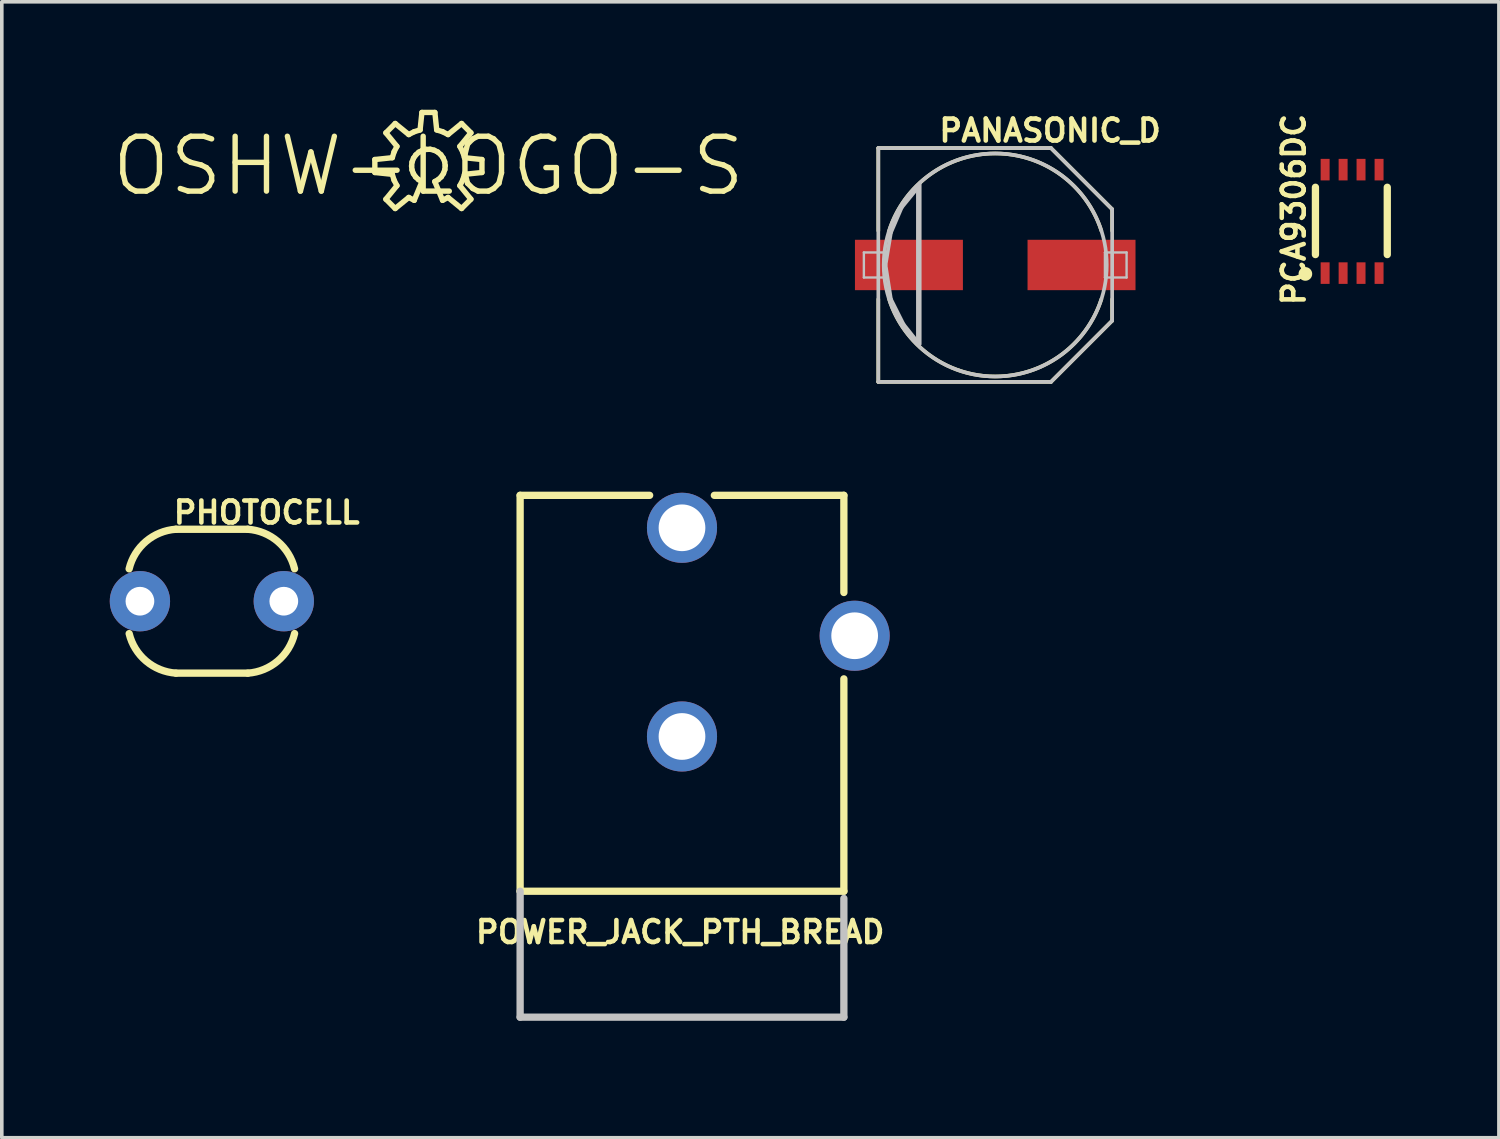
<source format=kicad_pcb>
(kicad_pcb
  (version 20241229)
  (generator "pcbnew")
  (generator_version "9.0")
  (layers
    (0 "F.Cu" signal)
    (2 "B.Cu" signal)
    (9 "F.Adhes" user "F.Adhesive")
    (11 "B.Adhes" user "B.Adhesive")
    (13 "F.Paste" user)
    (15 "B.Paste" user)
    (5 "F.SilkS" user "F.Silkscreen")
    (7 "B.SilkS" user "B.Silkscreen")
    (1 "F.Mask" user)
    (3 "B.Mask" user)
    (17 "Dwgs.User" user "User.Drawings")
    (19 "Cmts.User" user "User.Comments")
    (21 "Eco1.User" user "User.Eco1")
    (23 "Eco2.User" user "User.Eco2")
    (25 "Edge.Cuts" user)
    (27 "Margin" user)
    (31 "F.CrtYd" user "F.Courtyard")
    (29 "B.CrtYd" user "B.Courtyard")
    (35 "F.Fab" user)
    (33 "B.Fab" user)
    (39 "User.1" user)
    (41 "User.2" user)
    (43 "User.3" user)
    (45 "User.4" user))
  (footprint "OSHW-LOGO-S"
    (layer "F.Cu")
    (at 8.854 1.563)
    (property "Reference" "OSHW-LOGO-S" (at 0 0 0) (layer "F.SilkS") (effects (font (size 1.524 1.524) (thickness 0.15))))
    (attr exclude_from_pos_files exclude_from_bom)
    (fp_line (start -1.488 -0.18) (end -1.488 0.18) (stroke (width 0.15) (type solid)) (layer "F.SilkS"))
    (fp_line (start -1.488 0.18) (end -1.003 0.231) (stroke (width 0.15) (type solid)) (layer "F.SilkS"))
    (fp_line (start -1.181 -0.922) (end -0.874 -0.546) (stroke (width 0.15) (type solid)) (layer "F.SilkS"))
    (fp_line (start -1.181 0.922) (end -0.922 1.181) (stroke (width 0.15) (type solid)) (layer "F.SilkS"))
    (fp_line (start -1.003 -0.231) (end -1.488 -0.18) (stroke (width 0.15) (type solid)) (layer "F.SilkS"))
    (fp_line (start -1.003 0.231) (end -0.953 0.394) (stroke (width 0.15) (type solid)) (layer "F.SilkS"))
    (fp_line (start -0.953 -0.394) (end -1.003 -0.231) (stroke (width 0.15) (type solid)) (layer "F.SilkS"))
    (fp_line (start -0.953 0.394) (end -0.874 0.546) (stroke (width 0.15) (type solid)) (layer "F.SilkS"))
    (fp_line (start -0.922 -1.181) (end -1.181 -0.922) (stroke (width 0.15) (type solid)) (layer "F.SilkS"))
    (fp_line (start -0.922 1.181) (end -0.546 0.874) (stroke (width 0.15) (type solid)) (layer "F.SilkS"))
    (fp_line (start -0.874 -0.546) (end -0.953 -0.394) (stroke (width 0.15) (type solid)) (layer "F.SilkS"))
    (fp_line (start -0.874 0.546) (end -1.181 0.922) (stroke (width 0.15) (type solid)) (layer "F.SilkS"))
    (fp_line (start -0.546 -0.874) (end -0.922 -1.181) (stroke (width 0.15) (type solid)) (layer "F.SilkS"))
    (fp_line (start -0.546 0.874) (end -0.394 0.953) (stroke (width 0.15) (type solid)) (layer "F.SilkS"))
    (fp_line (start -0.467 0) (end -0.455 -0.109) (stroke (width 0.15) (type solid)) (layer "F.SilkS"))
    (fp_line (start -0.455 -0.109) (end -0.414 -0.216) (stroke (width 0.15) (type solid)) (layer "F.SilkS"))
    (fp_line (start -0.455 0.109) (end -0.467 0) (stroke (width 0.15) (type solid)) (layer "F.SilkS"))
    (fp_line (start -0.417 0.211) (end -0.455 0.109) (stroke (width 0.15) (type solid)) (layer "F.SilkS"))
    (fp_line (start -0.414 -0.216) (end -0.351 -0.307) (stroke (width 0.15) (type solid)) (layer "F.SilkS"))
    (fp_line (start -0.394 -0.953) (end -0.546 -0.874) (stroke (width 0.15) (type solid)) (layer "F.SilkS"))
    (fp_line (start -0.394 0.953) (end -0.178 0.432) (stroke (width 0.15) (type solid)) (layer "F.SilkS"))
    (fp_line (start -0.356 0.302) (end -0.417 0.211) (stroke (width 0.15) (type solid)) (layer "F.SilkS"))
    (fp_line (start -0.351 -0.307) (end -0.267 -0.384) (stroke (width 0.15) (type solid)) (layer "F.SilkS"))
    (fp_line (start -0.274 0.378) (end -0.356 0.302) (stroke (width 0.15) (type solid)) (layer "F.SilkS"))
    (fp_line (start -0.267 -0.384) (end -0.168 -0.434) (stroke (width 0.15) (type solid)) (layer "F.SilkS"))
    (fp_line (start -0.231 -1.003) (end -0.394 -0.953) (stroke (width 0.15) (type solid)) (layer "F.SilkS"))
    (fp_line (start -0.18 -1.488) (end -0.231 -1.003) (stroke (width 0.15) (type solid)) (layer "F.SilkS"))
    (fp_line (start -0.178 0.432) (end -0.274 0.378) (stroke (width 0.15) (type solid)) (layer "F.SilkS"))
    (fp_line (start -0.168 -0.434) (end -0.061 -0.462) (stroke (width 0.15) (type solid)) (layer "F.SilkS"))
    (fp_line (start -0.061 -0.462) (end 0.051 -0.465) (stroke (width 0.15) (type solid)) (layer "F.SilkS"))
    (fp_line (start 0.051 -0.465) (end 0.16 -0.439) (stroke (width 0.15) (type solid)) (layer "F.SilkS"))
    (fp_line (start 0.16 -0.439) (end 0.259 -0.389) (stroke (width 0.15) (type solid)) (layer "F.SilkS"))
    (fp_line (start 0.178 0.432) (end 0.394 0.953) (stroke (width 0.15) (type solid)) (layer "F.SilkS"))
    (fp_line (start 0.18 -1.488) (end -0.18 -1.488) (stroke (width 0.15) (type solid)) (layer "F.SilkS"))
    (fp_line (start 0.231 -1.003) (end 0.18 -1.488) (stroke (width 0.15) (type solid)) (layer "F.SilkS"))
    (fp_line (start 0.259 -0.389) (end 0.345 -0.315) (stroke (width 0.15) (type solid)) (layer "F.SilkS"))
    (fp_line (start 0.277 0.376) (end 0.178 0.432) (stroke (width 0.15) (type solid)) (layer "F.SilkS"))
    (fp_line (start 0.345 -0.315) (end 0.409 -0.224) (stroke (width 0.15) (type solid)) (layer "F.SilkS"))
    (fp_line (start 0.358 0.3) (end 0.277 0.376) (stroke (width 0.15) (type solid)) (layer "F.SilkS"))
    (fp_line (start 0.394 -0.953) (end 0.231 -1.003) (stroke (width 0.15) (type solid)) (layer "F.SilkS"))
    (fp_line (start 0.394 0.953) (end 0.546 0.874) (stroke (width 0.15) (type solid)) (layer "F.SilkS"))
    (fp_line (start 0.409 -0.224) (end 0.452 -0.119) (stroke (width 0.15) (type solid)) (layer "F.SilkS"))
    (fp_line (start 0.419 0.206) (end 0.358 0.3) (stroke (width 0.15) (type solid)) (layer "F.SilkS"))
    (fp_line (start 0.452 -0.119) (end 0.467 -0.01) (stroke (width 0.15) (type solid)) (layer "F.SilkS"))
    (fp_line (start 0.457 0.099) (end 0.419 0.206) (stroke (width 0.15) (type solid)) (layer "F.SilkS"))
    (fp_line (start 0.467 -0.01) (end 0.457 0.099) (stroke (width 0.15) (type solid)) (layer "F.SilkS"))
    (fp_line (start 0.546 -0.874) (end 0.394 -0.953) (stroke (width 0.15) (type solid)) (layer "F.SilkS"))
    (fp_line (start 0.546 0.874) (end 0.922 1.181) (stroke (width 0.15) (type solid)) (layer "F.SilkS"))
    (fp_line (start 0.874 -0.546) (end 1.181 -0.922) (stroke (width 0.15) (type solid)) (layer "F.SilkS"))
    (fp_line (start 0.874 0.546) (end 0.953 0.394) (stroke (width 0.15) (type solid)) (layer "F.SilkS"))
    (fp_line (start 0.922 -1.181) (end 0.546 -0.874) (stroke (width 0.15) (type solid)) (layer "F.SilkS"))
    (fp_line (start 0.922 1.181) (end 1.181 0.922) (stroke (width 0.15) (type solid)) (layer "F.SilkS"))
    (fp_line (start 0.953 -0.394) (end 0.874 -0.546) (stroke (width 0.15) (type solid)) (layer "F.SilkS"))
    (fp_line (start 0.953 0.394) (end 1.003 0.231) (stroke (width 0.15) (type solid)) (layer "F.SilkS"))
    (fp_line (start 1.003 -0.231) (end 0.953 -0.394) (stroke (width 0.15) (type solid)) (layer "F.SilkS"))
    (fp_line (start 1.003 0.231) (end 1.488 0.18) (stroke (width 0.15) (type solid)) (layer "F.SilkS"))
    (fp_line (start 1.181 -0.922) (end 0.922 -1.181) (stroke (width 0.15) (type solid)) (layer "F.SilkS"))
    (fp_line (start 1.181 0.922) (end 0.874 0.546) (stroke (width 0.15) (type solid)) (layer "F.SilkS"))
    (fp_line (start 1.488 -0.18) (end 1.003 -0.231) (stroke (width 0.15) (type solid)) (layer "F.SilkS"))
    (fp_line (start 1.488 0.18) (end 1.488 -0.18) (stroke (width 0.15) (type solid)) (layer "F.SilkS")))
  (footprint "PANASONIC_D"
    (layer "F.Cu")
    (at 24.605 4.313)
    (property "Reference" "PANASONIC_D" (at 1.524 -3.734 0) (layer "F.SilkS") (effects (font (size 0.61 0.61) (thickness 0.127))))
    (attr smd)
    (fp_line (start -3.249 -3.249) (end 1.549 -3.249) (stroke (width 0.102) (type solid)) (layer "F.SilkS"))
    (fp_line (start -3.249 -0.95) (end -3.249 -3.249) (stroke (width 0.102) (type solid)) (layer "F.SilkS"))
    (fp_line (start -3.249 3.249) (end -3.249 0.95) (stroke (width 0.102) (type solid)) (layer "F.SilkS"))
    (fp_line (start 1.549 -3.249) (end 3.249 -1.549) (stroke (width 0.102) (type solid)) (layer "F.SilkS"))
    (fp_line (start 1.549 3.249) (end -3.249 3.249) (stroke (width 0.102) (type solid)) (layer "F.SilkS"))
    (fp_line (start 3.249 -1.549) (end 3.249 -0.95) (stroke (width 0.102) (type solid)) (layer "F.SilkS"))
    (fp_line (start 3.249 0.95) (end 3.249 1.549) (stroke (width 0.102) (type solid)) (layer "F.SilkS"))
    (fp_line (start 3.249 1.549) (end 1.549 3.249) (stroke (width 0.102) (type solid)) (layer "F.SilkS"))
    (fp_arc (start -2.94894 -0.94996) (mid -0.0024 -3.098171) (end 2.947465 -0.954527) (stroke (width 0.1016) (type solid)) (layer "F.SilkS"))
    (fp_arc (start 2.94894 0.94996) (mid 0.0024 3.098171) (end -2.947465 0.954527) (stroke (width 0.1016) (type solid)) (layer "F.SilkS"))
    (fp_line (start -3.65 -0.348) (end -3.048 -0.348) (stroke (width 0.066) (type solid)) (layer "Dwgs.User"))
    (fp_line (start -3.65 0.348) (end -3.65 -0.348) (stroke (width 0.066) (type solid)) (layer "Dwgs.User"))
    (fp_line (start -3.65 0.348) (end -3.048 0.348) (stroke (width 0.066) (type solid)) (layer "Dwgs.User"))
    (fp_line (start -3.249 -3.249) (end 1.549 -3.249) (stroke (width 0.102) (type solid)) (layer "Dwgs.User"))
    (fp_line (start -3.249 3.249) (end -3.249 -3.249) (stroke (width 0.102) (type solid)) (layer "Dwgs.User"))
    (fp_line (start -3.048 0) (end -2.898 0.95) (stroke (width 0.102) (type solid)) (layer "Dwgs.User"))
    (fp_line (start -3.048 0.348) (end -3.048 -0.348) (stroke (width 0.066) (type solid)) (layer "Dwgs.User"))
    (fp_line (start -2.898 -0.899) (end -3.048 0) (stroke (width 0.102) (type solid)) (layer "Dwgs.User"))
    (fp_line (start -2.898 0.95) (end -2.548 1.648) (stroke (width 0.102) (type solid)) (layer "Dwgs.User"))
    (fp_line (start -2.598 -1.598) (end -2.898 -0.899) (stroke (width 0.102) (type solid)) (layer "Dwgs.User"))
    (fp_line (start -2.548 1.648) (end -2.149 2.149) (stroke (width 0.102) (type solid)) (layer "Dwgs.User"))
    (fp_line (start -2.149 -2.149) (end -2.598 -1.598) (stroke (width 0.102) (type solid)) (layer "Dwgs.User"))
    (fp_line (start -2.149 -2.098) (end -2.149 -2.149) (stroke (width 0.102) (type solid)) (layer "Dwgs.User"))
    (fp_line (start -2.149 2.149) (end -2.149 -2.098) (stroke (width 0.102) (type solid)) (layer "Dwgs.User"))
    (fp_line (start -2.098 -2.248) (end -2.098 2.2) (stroke (width 0.102) (type solid)) (layer "Dwgs.User"))
    (fp_line (start 1.549 -3.249) (end 3.249 -1.549) (stroke (width 0.102) (type solid)) (layer "Dwgs.User"))
    (fp_line (start 1.549 3.249) (end -3.249 3.249) (stroke (width 0.102) (type solid)) (layer "Dwgs.User"))
    (fp_line (start 3.048 -0.348) (end 3.65 -0.348) (stroke (width 0.066) (type solid)) (layer "Dwgs.User"))
    (fp_line (start 3.048 0.348) (end 3.048 -0.348) (stroke (width 0.066) (type solid)) (layer "Dwgs.User"))
    (fp_line (start 3.048 0.348) (end 3.65 0.348) (stroke (width 0.066) (type solid)) (layer "Dwgs.User"))
    (fp_line (start 3.249 -1.549) (end 3.249 1.549) (stroke (width 0.102) (type solid)) (layer "Dwgs.User"))
    (fp_line (start 3.249 1.549) (end 1.549 3.249) (stroke (width 0.102) (type solid)) (layer "Dwgs.User"))
    (fp_line (start 3.65 0.348) (end 3.65 -0.348) (stroke (width 0.066) (type solid)) (layer "Dwgs.User"))
    (fp_circle (center 0 0) (end 0 -3.099) (stroke (width 0.102) (type solid)) (fill no) (layer "Dwgs.User"))
    (pad "+" smd rect (at 2.398 0) (size 3 1.4) (layers "F.Cu" "F.Mask" "F.Paste"))
    (pad "-" smd rect (at -2.398 0) (size 3 1.4) (layers "F.Cu" "F.Mask" "F.Paste")))
  (footprint "PHOTOCELL"
    (layer "F.Cu")
    (at 2.837 13.656)
    (property "Reference" "PHOTOCELL" (at 1.524 -2.464 0) (layer "F.SilkS") (effects (font (size 0.61 0.61) (thickness 0.127))))
    (attr exclude_from_pos_files exclude_from_bom)
    (fp_line (start -0.998 -1.999) (end 0.998 -1.999) (stroke (width 0.203) (type solid)) (layer "F.SilkS"))
    (fp_line (start 0.998 1.999) (end -0.998 1.999) (stroke (width 0.203) (type solid)) (layer "F.SilkS"))
    (fp_arc (start -2.2987 -0.89916) (mid -1.829557 -1.661826) (end -1.000248 -1.999466) (stroke (width 0.2032) (type solid)) (layer "F.SilkS"))
    (fp_arc (start -0.99822 1.99898) (mid -1.827635 1.662634) (end -2.297627 0.900948) (stroke (width 0.2032) (type solid)) (layer "F.SilkS"))
    (fp_arc (start 0.99822 -1.99898) (mid 1.827635 -1.662634) (end 2.297627 -0.900948) (stroke (width 0.2032) (type solid)) (layer "F.SilkS"))
    (fp_arc (start 2.2987 0.89916) (mid 1.829557 1.661826) (end 1.000248 1.999466) (stroke (width 0.2032) (type solid)) (layer "F.SilkS"))
    (pad "1" thru_hole circle (at -1.999 0) (size 1.676 1.676) (drill 0.798) (layers "*.Cu" "*.Paste" "*.Mask"))
    (pad "2" thru_hole circle (at 1.999 0) (size 1.676 1.676) (drill 0.798) (layers "*.Cu" "*.Paste" "*.Mask")))
  (footprint "POWER_JACK_PTH_BREAD"
    (layer "F.Cu")
    (at 15.901 25.314)
    (property "Reference" "POWER_JACK_PTH_BREAD" (at -0.051 -2.464 0) (layer "F.SilkS") (effects (font (size 0.61 0.61) (thickness 0.127))))
    (attr exclude_from_pos_files exclude_from_bom)
    (fp_line (start -4.498 -14.6) (end -0.899 -14.6) (stroke (width 0.203) (type solid)) (layer "F.SilkS"))
    (fp_line (start -4.498 -3.599) (end -4.498 -14.6) (stroke (width 0.203) (type solid)) (layer "F.SilkS"))
    (fp_line (start -4.498 -3.599) (end 4.498 -3.599) (stroke (width 0.203) (type solid)) (layer "F.SilkS"))
    (fp_line (start 4.498 -14.6) (end 0.899 -14.6) (stroke (width 0.203) (type solid)) (layer "F.SilkS"))
    (fp_line (start 4.498 -14.6) (end 4.498 -11.9) (stroke (width 0.203) (type solid)) (layer "F.SilkS"))
    (fp_line (start 4.498 -3.599) (end 4.498 -9.5) (stroke (width 0.203) (type solid)) (layer "F.SilkS"))
    (fp_line (start -4.498 -3.599) (end -4.498 -0.099) (stroke (width 0.203) (type solid)) (layer "Dwgs.User"))
    (fp_line (start 4.498 -0.099) (end -4.498 -0.099) (stroke (width 0.203) (type solid)) (layer "Dwgs.User"))
    (fp_line (start 4.498 -0.099) (end 4.498 -3.399) (stroke (width 0.203) (type solid)) (layer "Dwgs.User"))
    (pad "GND" thru_hole circle (at 0 -7.899) (size 1.948 1.948) (drill 1.298) (layers "*.Cu" "*.Paste" "*.Mask"))
    (pad "GNDB" thru_hole circle (at 4.798 -10.698) (size 1.948 1.948) (drill 1.298) (layers "*.Cu" "*.Paste" "*.Mask"))
    (pad "PWR" thru_hole circle (at 0 -13.698) (size 1.948 1.948) (drill 1.298) (layers "*.Cu" "*.Paste" "*.Mask")))
  (footprint "PCA9306DC"
    (layer "F.Cu")
    (at 34.501 3.094)
    (property "Reference" "PCA9306DC" (at -1.6 -0.323 90) (layer "F.SilkS") (effects (font (size 0.61 0.61) (thickness 0.127))))
    (attr smd)
    (fp_line (start -0.998 -0.94) (end -0.998 0.93) (stroke (width 0.203) (type solid)) (layer "F.SilkS"))
    (fp_line (start 0.998 0.93) (end 0.998 -0.94) (stroke (width 0.203) (type solid)) (layer "F.SilkS"))
    (fp_circle (center -1.278 1.468) (end -1.278 1.278) (stroke (width 0) (type solid)) (fill yes) (layer "F.SilkS"))
    (pad "1" smd rect (at -0.729 1.445) (size 0.249 0.599) (layers "F.Cu" "F.Mask" "F.Paste"))
    (pad "2" smd rect (at -0.229 1.445) (size 0.249 0.599) (layers "F.Cu" "F.Mask" "F.Paste"))
    (pad "3" smd rect (at 0.269 1.445) (size 0.249 0.599) (layers "F.Cu" "F.Mask" "F.Paste"))
    (pad "4" smd rect (at 0.77 1.445) (size 0.249 0.599) (layers "F.Cu" "F.Mask" "F.Paste"))
    (pad "5" smd rect (at 0.77 -1.43) (size 0.249 0.599) (layers "F.Cu" "F.Mask" "F.Paste"))
    (pad "6" smd rect (at 0.269 -1.43) (size 0.249 0.599) (layers "F.Cu" "F.Mask" "F.Paste"))
    (pad "7" smd rect (at -0.229 -1.43) (size 0.249 0.599) (layers "F.Cu" "F.Mask" "F.Paste"))
    (pad "8" smd rect (at -0.729 -1.43) (size 0.249 0.599) (layers "F.Cu" "F.Mask" "F.Paste")))
  (gr_rect
    (start -3 -3)
    (end 38.601 28.564)
    (stroke (width 0.1) (type default))
    (fill no)
    (layer "Edge.Cuts")))
</source>
